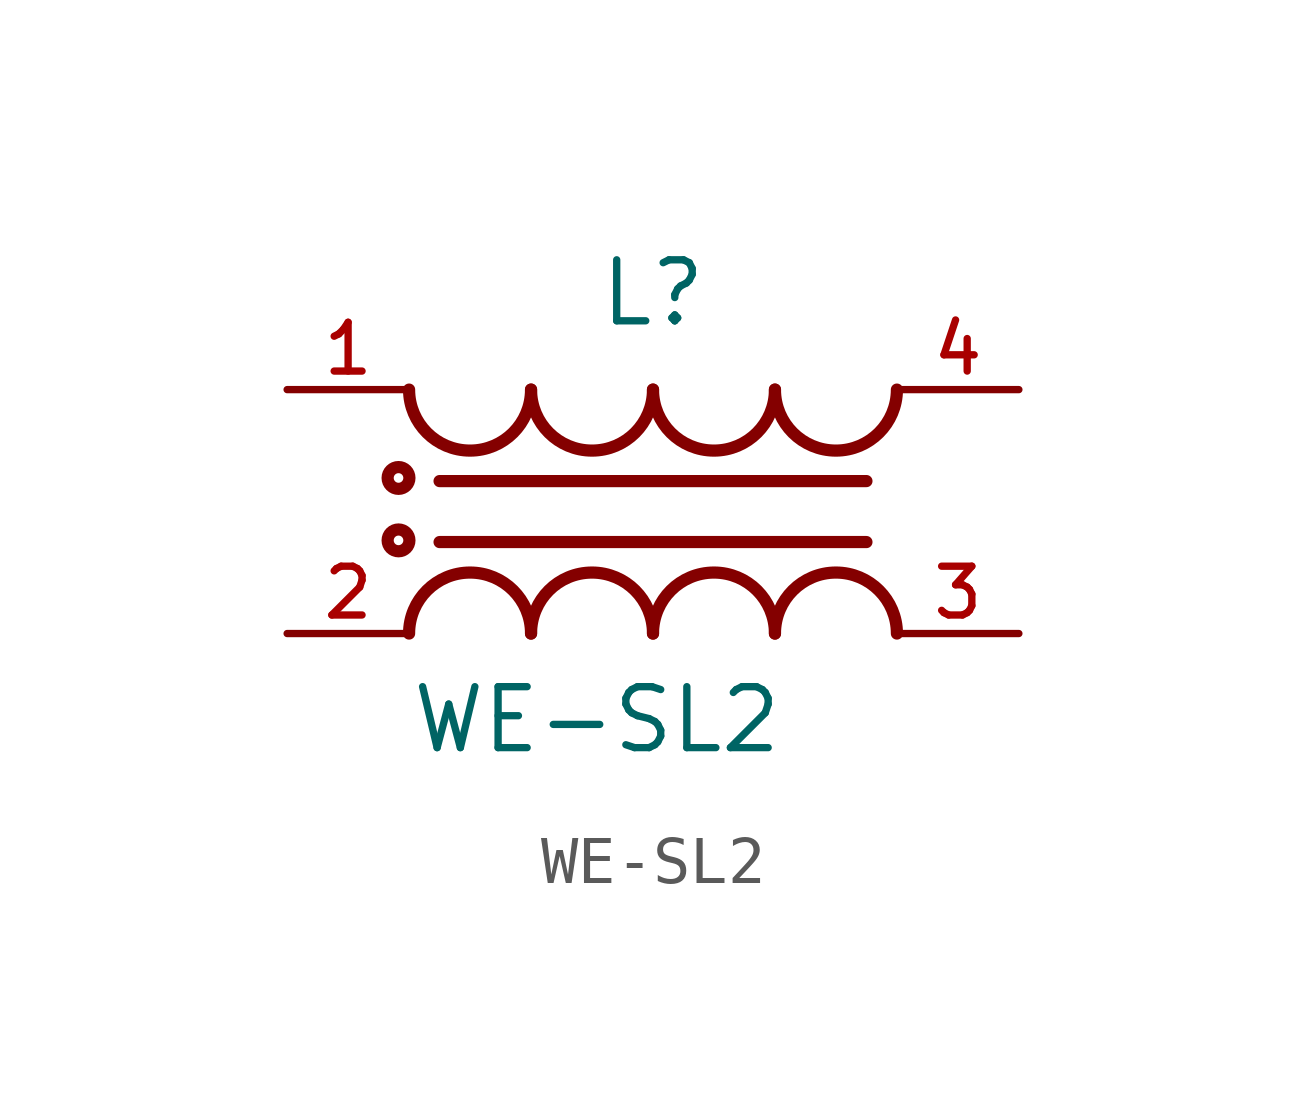
<source format=kicad_sym>
(kicad_symbol_lib
  (version 20211014)
  (generator kicad_symbol_editor)
  (symbol "WE-SL2"
    (pin_names
      (offset 1.016))
    (property "Reference" "L"
      (at 0.0 3.81 0)
      (effects (font (size 1.27 1.27)) (justify bottom)))
    (property "Value" "WE-SL2"
      (at -5.08 -5.08 0)
      (effects (font (size 1.27 1.27)) (justify bottom left)))
    (symbol "WE-SL2_0_0"
      (arc (start -5.08 2.54) (mid -3.81 1.27) (end -2.54 2.54) (stroke (width 0.254) (type default) (color 0 0 0 0)) (fill (type none)))
      (arc (start -2.54 2.54) (mid -1.27 1.27) (end 0.0 2.54) (stroke (width 0.254) (type default) (color 0 0 0 0)) (fill (type none)))
      (arc (start 0.0 2.54) (mid 1.27 1.27) (end 2.54 2.54) (stroke (width 0.254) (type default) (color 0 0 0 0)) (fill (type none)))
      (arc (start 2.54 2.54) (mid 3.81 1.27) (end 5.08 2.54) (stroke (width 0.254) (type default) (color 0 0 0 0)) (fill (type none)))
      (arc (start 5.08 -2.54) (mid 3.81 -1.27) (end 2.54 -2.54) (stroke (width 0.254) (type default) (color 0 0 0 0)) (fill (type none)))
      (arc (start 2.54 -2.54) (mid 1.27 -1.27) (end 0.0 -2.54) (stroke (width 0.254) (type default) (color 0 0 0 0)) (fill (type none)))
      (arc (start 0.0 -2.54) (mid -1.27 -1.27) (end -2.54 -2.54) (stroke (width 0.254) (type default) (color 0 0 0 0)) (fill (type none)))
      (arc (start -2.54 -2.54) (mid -3.81 -1.27) (end -5.08 -2.54) (stroke (width 0.254) (type default) (color 0 0 0 0)) (fill (type none)))
      (polyline (pts (xy -4.445 0.635) (xy 4.445 0.635)) (stroke (width 0.254)))
      (polyline (pts (xy -4.445 -0.635) (xy 4.445 -0.635)) (stroke (width 0.254)))
      (circle (center -5.3 0.7) (radius 0.1) (stroke (width 0.254)) (fill (type none)))
      (circle (center -5.3 -0.6) (radius 0.1) (stroke (width 0.254)) (fill (type none)))
      (pin passive line (at -7.62 2.54 0) (length 2.54) (name "~" (effects (font (size 1.016 1.016)))) (number "1" (effects (font (size 1.016 1.016)))))
      (pin passive line (at 7.62 2.54 180.0) (length 2.54) (name "~" (effects (font (size 1.016 1.016)))) (number "4" (effects (font (size 1.016 1.016)))))
      (pin passive line (at -7.62 -2.54 0) (length 2.54) (name "~" (effects (font (size 1.016 1.016)))) (number "2" (effects (font (size 1.016 1.016)))))
      (pin passive line (at 7.62 -2.54 180.0) (length 2.54) (name "~" (effects (font (size 1.016 1.016)))) (number "3" (effects (font (size 1.016 1.016))))))))
</source>
